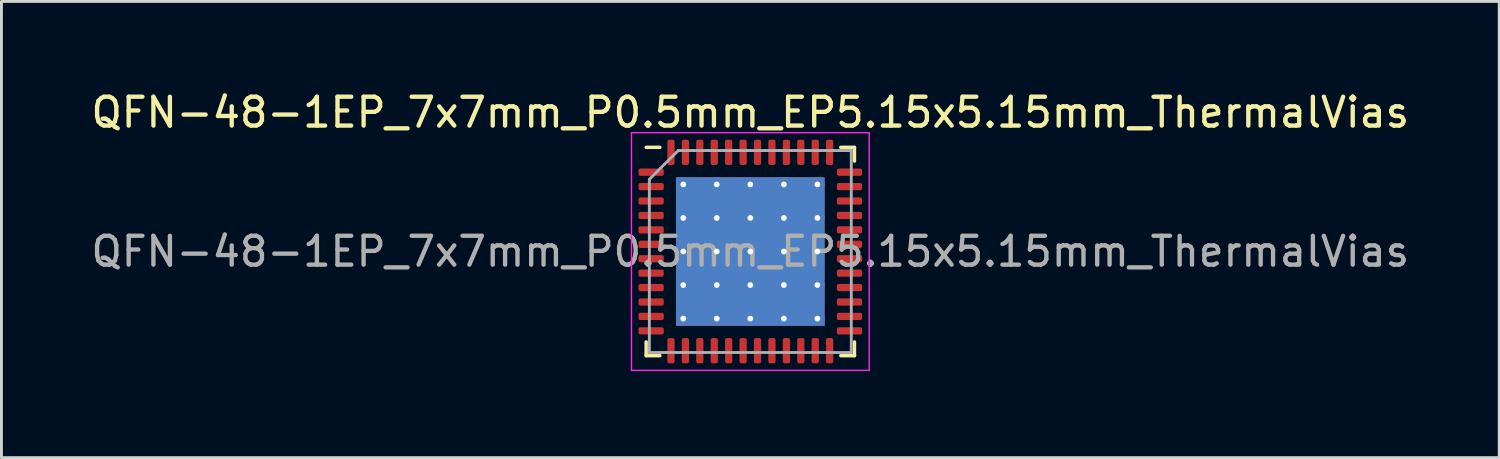
<source format=kicad_pcb>
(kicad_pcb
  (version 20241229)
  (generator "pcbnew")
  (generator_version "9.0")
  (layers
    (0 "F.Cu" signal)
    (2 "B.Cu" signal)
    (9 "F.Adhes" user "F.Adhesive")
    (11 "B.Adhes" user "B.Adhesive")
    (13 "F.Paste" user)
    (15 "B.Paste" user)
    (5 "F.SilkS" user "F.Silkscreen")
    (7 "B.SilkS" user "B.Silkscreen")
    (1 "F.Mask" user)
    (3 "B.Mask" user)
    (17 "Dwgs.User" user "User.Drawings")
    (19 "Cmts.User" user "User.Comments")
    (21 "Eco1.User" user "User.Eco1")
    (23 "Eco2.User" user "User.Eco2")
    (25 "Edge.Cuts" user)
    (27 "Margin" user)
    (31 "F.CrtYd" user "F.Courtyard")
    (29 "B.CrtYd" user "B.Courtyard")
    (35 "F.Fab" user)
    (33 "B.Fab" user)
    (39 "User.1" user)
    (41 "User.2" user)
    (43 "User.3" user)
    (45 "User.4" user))
  (footprint "QFN-48-1EP_7x7mm_P0.5mm_EP5.15x5.15mm_ThermalVias"
    (layer "F.Cu")
    (at 22.958 5.668)
    (property "Reference" "QFN-48-1EP_7x7mm_P0.5mm_EP5.15x5.15mm_ThermalVias" (at 0 -4.82 0) (layer "F.SilkS") (effects (font (size 1 1) (thickness 0.15))))
    (attr smd)
    (fp_line (start -3.61 3.61) (end -3.61 3.135) (stroke (width 0.12) (type solid)) (layer "F.SilkS"))
    (fp_line (start -3.135 -3.61) (end -3.61 -3.61) (stroke (width 0.12) (type solid)) (layer "F.SilkS"))
    (fp_line (start -3.135 3.61) (end -3.61 3.61) (stroke (width 0.12) (type solid)) (layer "F.SilkS"))
    (fp_line (start 3.135 -3.61) (end 3.61 -3.61) (stroke (width 0.12) (type solid)) (layer "F.SilkS"))
    (fp_line (start 3.135 3.61) (end 3.61 3.61) (stroke (width 0.12) (type solid)) (layer "F.SilkS"))
    (fp_line (start 3.61 -3.61) (end 3.61 -3.135) (stroke (width 0.12) (type solid)) (layer "F.SilkS"))
    (fp_line (start 3.61 3.61) (end 3.61 3.135) (stroke (width 0.12) (type solid)) (layer "F.SilkS"))
    (fp_line (start -4.12 -4.12) (end -4.12 4.12) (stroke (width 0.05) (type solid)) (layer "F.CrtYd"))
    (fp_line (start -4.12 4.12) (end 4.12 4.12) (stroke (width 0.05) (type solid)) (layer "F.CrtYd"))
    (fp_line (start 4.12 -4.12) (end -4.12 -4.12) (stroke (width 0.05) (type solid)) (layer "F.CrtYd"))
    (fp_line (start 4.12 4.12) (end 4.12 -4.12) (stroke (width 0.05) (type solid)) (layer "F.CrtYd"))
    (fp_line (start -3.5 -2.5) (end -2.5 -3.5) (stroke (width 0.1) (type solid)) (layer "F.Fab"))
    (fp_line (start -3.5 3.5) (end -3.5 -2.5) (stroke (width 0.1) (type solid)) (layer "F.Fab"))
    (fp_line (start -2.5 -3.5) (end 3.5 -3.5) (stroke (width 0.1) (type solid)) (layer "F.Fab"))
    (fp_line (start 3.5 -3.5) (end 3.5 3.5) (stroke (width 0.1) (type solid)) (layer "F.Fab"))
    (fp_line (start 3.5 3.5) (end -3.5 3.5) (stroke (width 0.1) (type solid)) (layer "F.Fab"))
    (fp_text user "${REFERENCE}" (at 0 0 0) (layer "F.Fab") (effects (font (size 1 1) (thickness 0.15))))
    (pad "" smd roundrect (at -1.744 -1.744) (size 0.997 0.997) (layers "F.Paste") (roundrect_rratio 0.25))
    (pad "" smd roundrect (at -1.744 -0.581) (size 0.997 0.997) (layers "F.Paste") (roundrect_rratio 0.25))
    (pad "" smd roundrect (at -1.744 0.581) (size 0.997 0.997) (layers "F.Paste") (roundrect_rratio 0.25))
    (pad "" smd roundrect (at -1.744 1.744) (size 0.997 0.997) (layers "F.Paste") (roundrect_rratio 0.25))
    (pad "" smd roundrect (at -0.581 -1.744) (size 0.997 0.997) (layers "F.Paste") (roundrect_rratio 0.25))
    (pad "" smd roundrect (at -0.581 -0.581) (size 0.997 0.997) (layers "F.Paste") (roundrect_rratio 0.25))
    (pad "" smd roundrect (at -0.581 0.581) (size 0.997 0.997) (layers "F.Paste") (roundrect_rratio 0.25))
    (pad "" smd roundrect (at -0.581 1.744) (size 0.997 0.997) (layers "F.Paste") (roundrect_rratio 0.25))
    (pad "" smd roundrect (at 0.581 -1.744) (size 0.997 0.997) (layers "F.Paste") (roundrect_rratio 0.25))
    (pad "" smd roundrect (at 0.581 -0.581) (size 0.997 0.997) (layers "F.Paste") (roundrect_rratio 0.25))
    (pad "" smd roundrect (at 0.581 0.581) (size 0.997 0.997) (layers "F.Paste") (roundrect_rratio 0.25))
    (pad "" smd roundrect (at 0.581 1.744) (size 0.997 0.997) (layers "F.Paste") (roundrect_rratio 0.25))
    (pad "" smd roundrect (at 1.744 -1.744) (size 0.997 0.997) (layers "F.Paste") (roundrect_rratio 0.25))
    (pad "" smd roundrect (at 1.744 -0.581) (size 0.997 0.997) (layers "F.Paste") (roundrect_rratio 0.25))
    (pad "" smd roundrect (at 1.744 0.581) (size 0.997 0.997) (layers "F.Paste") (roundrect_rratio 0.25))
    (pad "" smd roundrect (at 1.744 1.744) (size 0.997 0.997) (layers "F.Paste") (roundrect_rratio 0.25))
    (pad "1" smd roundrect (at -3.438 -2.75) (size 0.875 0.25) (layers "F.Cu" "F.Mask" "F.Paste") (roundrect_rratio 0.25))
    (pad "2" smd roundrect (at -3.438 -2.25) (size 0.875 0.25) (layers "F.Cu" "F.Mask" "F.Paste") (roundrect_rratio 0.25))
    (pad "3" smd roundrect (at -3.438 -1.75) (size 0.875 0.25) (layers "F.Cu" "F.Mask" "F.Paste") (roundrect_rratio 0.25))
    (pad "4" smd roundrect (at -3.438 -1.25) (size 0.875 0.25) (layers "F.Cu" "F.Mask" "F.Paste") (roundrect_rratio 0.25))
    (pad "5" smd roundrect (at -3.438 -0.75) (size 0.875 0.25) (layers "F.Cu" "F.Mask" "F.Paste") (roundrect_rratio 0.25))
    (pad "6" smd roundrect (at -3.438 -0.25) (size 0.875 0.25) (layers "F.Cu" "F.Mask" "F.Paste") (roundrect_rratio 0.25))
    (pad "7" smd roundrect (at -3.438 0.25) (size 0.875 0.25) (layers "F.Cu" "F.Mask" "F.Paste") (roundrect_rratio 0.25))
    (pad "8" smd roundrect (at -3.438 0.75) (size 0.875 0.25) (layers "F.Cu" "F.Mask" "F.Paste") (roundrect_rratio 0.25))
    (pad "9" smd roundrect (at -3.438 1.25) (size 0.875 0.25) (layers "F.Cu" "F.Mask" "F.Paste") (roundrect_rratio 0.25))
    (pad "10" smd roundrect (at -3.438 1.75) (size 0.875 0.25) (layers "F.Cu" "F.Mask" "F.Paste") (roundrect_rratio 0.25))
    (pad "11" smd roundrect (at -3.438 2.25) (size 0.875 0.25) (layers "F.Cu" "F.Mask" "F.Paste") (roundrect_rratio 0.25))
    (pad "12" smd roundrect (at -3.438 2.75) (size 0.875 0.25) (layers "F.Cu" "F.Mask" "F.Paste") (roundrect_rratio 0.25))
    (pad "13" smd roundrect (at -2.75 3.438) (size 0.25 0.875) (layers "F.Cu" "F.Mask" "F.Paste") (roundrect_rratio 0.25))
    (pad "14" smd roundrect (at -2.25 3.438) (size 0.25 0.875) (layers "F.Cu" "F.Mask" "F.Paste") (roundrect_rratio 0.25))
    (pad "15" smd roundrect (at -1.75 3.438) (size 0.25 0.875) (layers "F.Cu" "F.Mask" "F.Paste") (roundrect_rratio 0.25))
    (pad "16" smd roundrect (at -1.25 3.438) (size 0.25 0.875) (layers "F.Cu" "F.Mask" "F.Paste") (roundrect_rratio 0.25))
    (pad "17" smd roundrect (at -0.75 3.438) (size 0.25 0.875) (layers "F.Cu" "F.Mask" "F.Paste") (roundrect_rratio 0.25))
    (pad "18" smd roundrect (at -0.25 3.438) (size 0.25 0.875) (layers "F.Cu" "F.Mask" "F.Paste") (roundrect_rratio 0.25))
    (pad "19" smd roundrect (at 0.25 3.438) (size 0.25 0.875) (layers "F.Cu" "F.Mask" "F.Paste") (roundrect_rratio 0.25))
    (pad "20" smd roundrect (at 0.75 3.438) (size 0.25 0.875) (layers "F.Cu" "F.Mask" "F.Paste") (roundrect_rratio 0.25))
    (pad "21" smd roundrect (at 1.25 3.438) (size 0.25 0.875) (layers "F.Cu" "F.Mask" "F.Paste") (roundrect_rratio 0.25))
    (pad "22" smd roundrect (at 1.75 3.438) (size 0.25 0.875) (layers "F.Cu" "F.Mask" "F.Paste") (roundrect_rratio 0.25))
    (pad "23" smd roundrect (at 2.25 3.438) (size 0.25 0.875) (layers "F.Cu" "F.Mask" "F.Paste") (roundrect_rratio 0.25))
    (pad "24" smd roundrect (at 2.75 3.438) (size 0.25 0.875) (layers "F.Cu" "F.Mask" "F.Paste") (roundrect_rratio 0.25))
    (pad "25" smd roundrect (at 3.438 2.75) (size 0.875 0.25) (layers "F.Cu" "F.Mask" "F.Paste") (roundrect_rratio 0.25))
    (pad "26" smd roundrect (at 3.438 2.25) (size 0.875 0.25) (layers "F.Cu" "F.Mask" "F.Paste") (roundrect_rratio 0.25))
    (pad "27" smd roundrect (at 3.438 1.75) (size 0.875 0.25) (layers "F.Cu" "F.Mask" "F.Paste") (roundrect_rratio 0.25))
    (pad "28" smd roundrect (at 3.438 1.25) (size 0.875 0.25) (layers "F.Cu" "F.Mask" "F.Paste") (roundrect_rratio 0.25))
    (pad "29" smd roundrect (at 3.438 0.75) (size 0.875 0.25) (layers "F.Cu" "F.Mask" "F.Paste") (roundrect_rratio 0.25))
    (pad "30" smd roundrect (at 3.438 0.25) (size 0.875 0.25) (layers "F.Cu" "F.Mask" "F.Paste") (roundrect_rratio 0.25))
    (pad "31" smd roundrect (at 3.438 -0.25) (size 0.875 0.25) (layers "F.Cu" "F.Mask" "F.Paste") (roundrect_rratio 0.25))
    (pad "32" smd roundrect (at 3.438 -0.75) (size 0.875 0.25) (layers "F.Cu" "F.Mask" "F.Paste") (roundrect_rratio 0.25))
    (pad "33" smd roundrect (at 3.438 -1.25) (size 0.875 0.25) (layers "F.Cu" "F.Mask" "F.Paste") (roundrect_rratio 0.25))
    (pad "34" smd roundrect (at 3.438 -1.75) (size 0.875 0.25) (layers "F.Cu" "F.Mask" "F.Paste") (roundrect_rratio 0.25))
    (pad "35" smd roundrect (at 3.438 -2.25) (size 0.875 0.25) (layers "F.Cu" "F.Mask" "F.Paste") (roundrect_rratio 0.25))
    (pad "36" smd roundrect (at 3.438 -2.75) (size 0.875 0.25) (layers "F.Cu" "F.Mask" "F.Paste") (roundrect_rratio 0.25))
    (pad "37" smd roundrect (at 2.75 -3.438) (size 0.25 0.875) (layers "F.Cu" "F.Mask" "F.Paste") (roundrect_rratio 0.25))
    (pad "38" smd roundrect (at 2.25 -3.438) (size 0.25 0.875) (layers "F.Cu" "F.Mask" "F.Paste") (roundrect_rratio 0.25))
    (pad "39" smd roundrect (at 1.75 -3.438) (size 0.25 0.875) (layers "F.Cu" "F.Mask" "F.Paste") (roundrect_rratio 0.25))
    (pad "40" smd roundrect (at 1.25 -3.438) (size 0.25 0.875) (layers "F.Cu" "F.Mask" "F.Paste") (roundrect_rratio 0.25))
    (pad "41" smd roundrect (at 0.75 -3.438) (size 0.25 0.875) (layers "F.Cu" "F.Mask" "F.Paste") (roundrect_rratio 0.25))
    (pad "42" smd roundrect (at 0.25 -3.438) (size 0.25 0.875) (layers "F.Cu" "F.Mask" "F.Paste") (roundrect_rratio 0.25))
    (pad "43" smd roundrect (at -0.25 -3.438) (size 0.25 0.875) (layers "F.Cu" "F.Mask" "F.Paste") (roundrect_rratio 0.25))
    (pad "44" smd roundrect (at -0.75 -3.438) (size 0.25 0.875) (layers "F.Cu" "F.Mask" "F.Paste") (roundrect_rratio 0.25))
    (pad "45" smd roundrect (at -1.25 -3.438) (size 0.25 0.875) (layers "F.Cu" "F.Mask" "F.Paste") (roundrect_rratio 0.25))
    (pad "46" smd roundrect (at -1.75 -3.438) (size 0.25 0.875) (layers "F.Cu" "F.Mask" "F.Paste") (roundrect_rratio 0.25))
    (pad "47" smd roundrect (at -2.25 -3.438) (size 0.25 0.875) (layers "F.Cu" "F.Mask" "F.Paste") (roundrect_rratio 0.25))
    (pad "48" smd roundrect (at -2.75 -3.438) (size 0.25 0.875) (layers "F.Cu" "F.Mask" "F.Paste") (roundrect_rratio 0.25))
    (pad "49" thru_hole circle (at -2.325 -2.325) (size 0.5 0.5) (drill 0.2) (layers "*.Cu"))
    (pad "49" thru_hole circle (at -2.325 -1.163) (size 0.5 0.5) (drill 0.2) (layers "*.Cu"))
    (pad "49" thru_hole circle (at -2.325 0) (size 0.5 0.5) (drill 0.2) (layers "*.Cu"))
    (pad "49" thru_hole circle (at -2.325 1.163) (size 0.5 0.5) (drill 0.2) (layers "*.Cu"))
    (pad "49" thru_hole circle (at -2.325 2.325) (size 0.5 0.5) (drill 0.2) (layers "*.Cu"))
    (pad "49" thru_hole circle (at -1.163 -2.325) (size 0.5 0.5) (drill 0.2) (layers "*.Cu"))
    (pad "49" thru_hole circle (at -1.163 -1.163) (size 0.5 0.5) (drill 0.2) (layers "*.Cu"))
    (pad "49" thru_hole circle (at -1.163 0) (size 0.5 0.5) (drill 0.2) (layers "*.Cu"))
    (pad "49" thru_hole circle (at -1.163 1.163) (size 0.5 0.5) (drill 0.2) (layers "*.Cu"))
    (pad "49" thru_hole circle (at -1.163 2.325) (size 0.5 0.5) (drill 0.2) (layers "*.Cu"))
    (pad "49" thru_hole circle (at 0 -2.325) (size 0.5 0.5) (drill 0.2) (layers "*.Cu"))
    (pad "49" thru_hole circle (at 0 -1.163) (size 0.5 0.5) (drill 0.2) (layers "*.Cu"))
    (pad "49" thru_hole circle (at 0 0) (size 0.5 0.5) (drill 0.2) (layers "*.Cu"))
    (pad "49" smd rect (at 0 0) (size 5.15 5.15) (layers "F.Cu" "F.Mask"))
    (pad "49" smd rect (at 0 0) (size 5.15 5.15) (layers "B.Cu"))
    (pad "49" thru_hole circle (at 0 1.163) (size 0.5 0.5) (drill 0.2) (layers "*.Cu"))
    (pad "49" thru_hole circle (at 0 2.325) (size 0.5 0.5) (drill 0.2) (layers "*.Cu"))
    (pad "49" thru_hole circle (at 1.163 -2.325) (size 0.5 0.5) (drill 0.2) (layers "*.Cu"))
    (pad "49" thru_hole circle (at 1.163 -1.163) (size 0.5 0.5) (drill 0.2) (layers "*.Cu"))
    (pad "49" thru_hole circle (at 1.163 0) (size 0.5 0.5) (drill 0.2) (layers "*.Cu"))
    (pad "49" thru_hole circle (at 1.163 1.163) (size 0.5 0.5) (drill 0.2) (layers "*.Cu"))
    (pad "49" thru_hole circle (at 1.163 2.325) (size 0.5 0.5) (drill 0.2) (layers "*.Cu"))
    (pad "49" thru_hole circle (at 2.325 -2.325) (size 0.5 0.5) (drill 0.2) (layers "*.Cu"))
    (pad "49" thru_hole circle (at 2.325 -1.163) (size 0.5 0.5) (drill 0.2) (layers "*.Cu"))
    (pad "49" thru_hole circle (at 2.325 0) (size 0.5 0.5) (drill 0.2) (layers "*.Cu"))
    (pad "49" thru_hole circle (at 2.325 1.163) (size 0.5 0.5) (drill 0.2) (layers "*.Cu"))
    (pad "49" thru_hole circle (at 2.325 2.325) (size 0.5 0.5) (drill 0.2) (layers "*.Cu")))
  (gr_rect
    (start -3 -3)
    (end 48.917 12.813)
    (stroke (width 0.1) (type default))
    (fill no)
    (layer "Edge.Cuts")))
</source>
